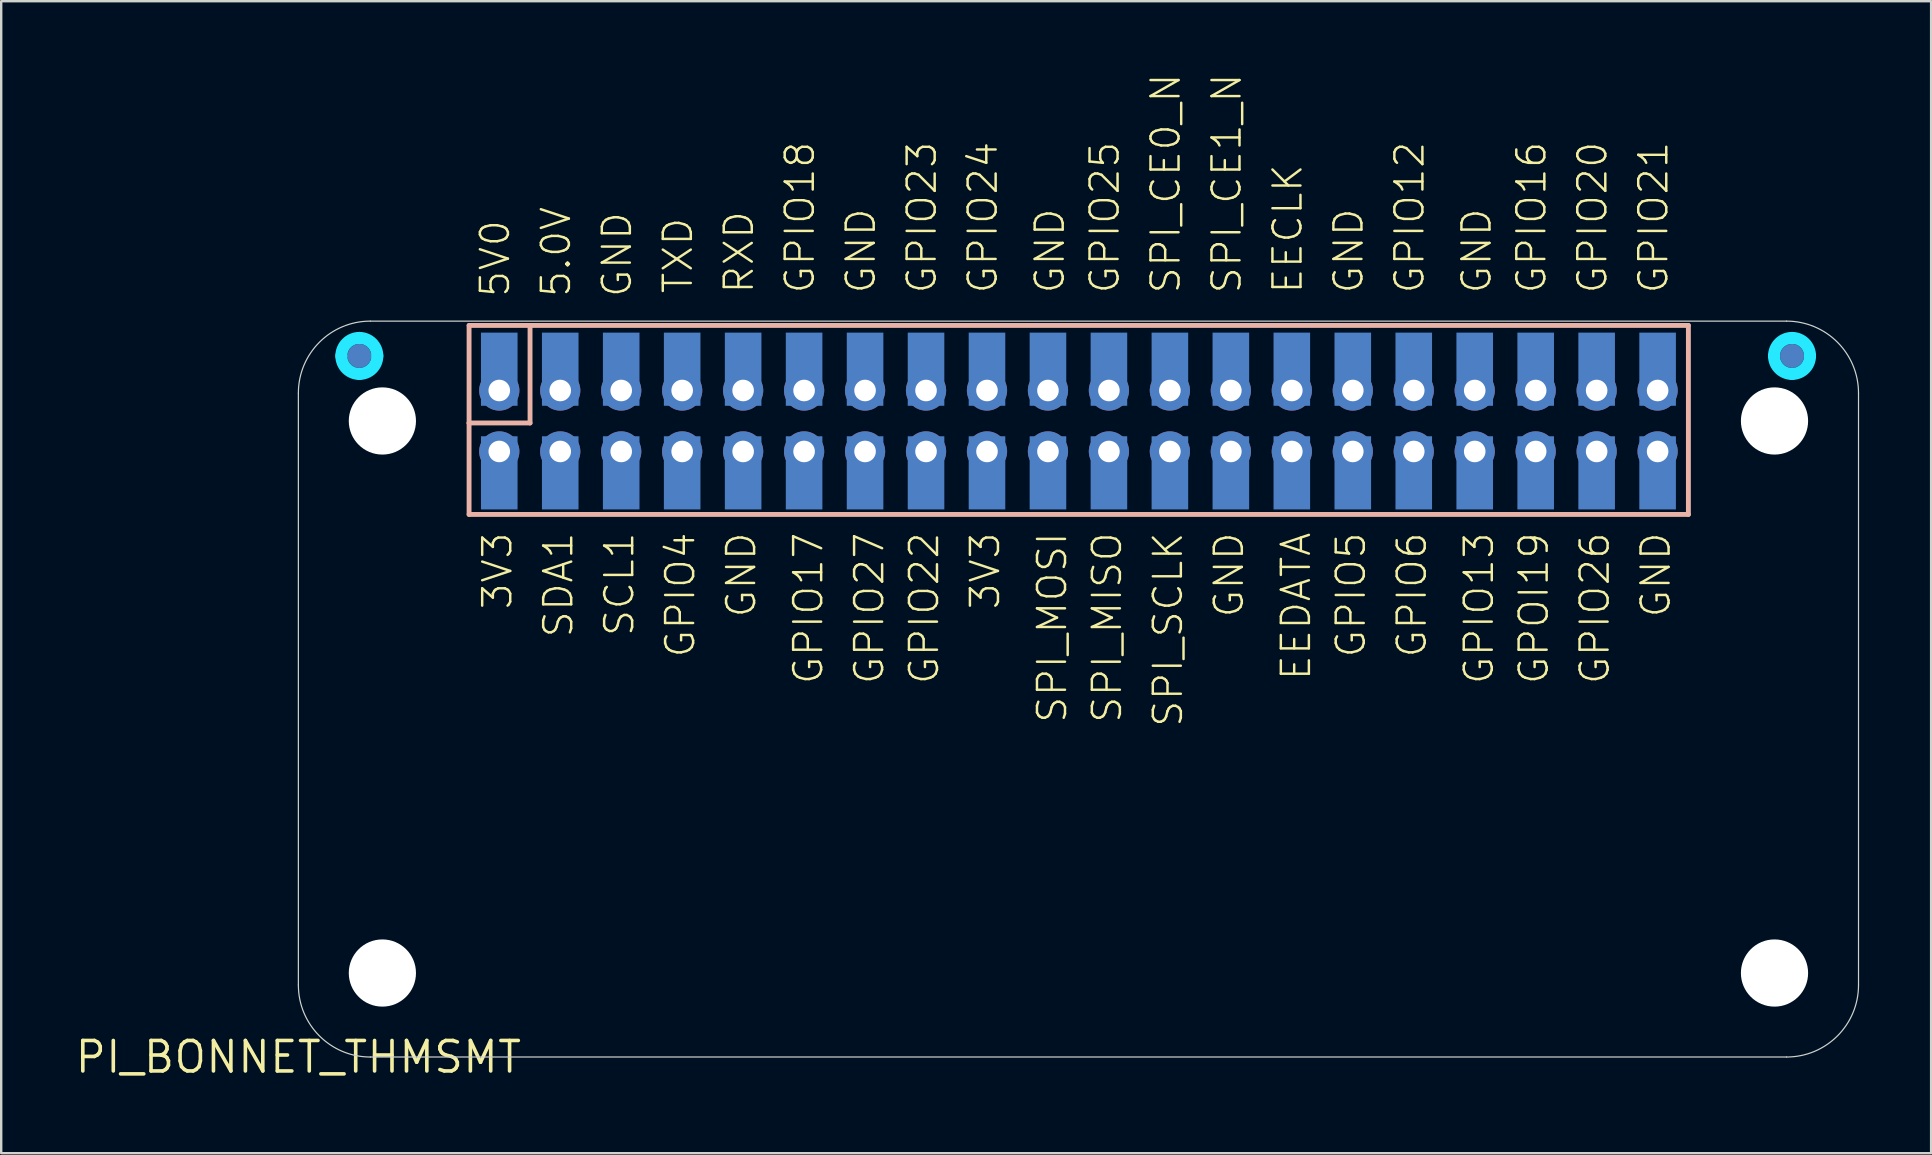
<source format=kicad_pcb>
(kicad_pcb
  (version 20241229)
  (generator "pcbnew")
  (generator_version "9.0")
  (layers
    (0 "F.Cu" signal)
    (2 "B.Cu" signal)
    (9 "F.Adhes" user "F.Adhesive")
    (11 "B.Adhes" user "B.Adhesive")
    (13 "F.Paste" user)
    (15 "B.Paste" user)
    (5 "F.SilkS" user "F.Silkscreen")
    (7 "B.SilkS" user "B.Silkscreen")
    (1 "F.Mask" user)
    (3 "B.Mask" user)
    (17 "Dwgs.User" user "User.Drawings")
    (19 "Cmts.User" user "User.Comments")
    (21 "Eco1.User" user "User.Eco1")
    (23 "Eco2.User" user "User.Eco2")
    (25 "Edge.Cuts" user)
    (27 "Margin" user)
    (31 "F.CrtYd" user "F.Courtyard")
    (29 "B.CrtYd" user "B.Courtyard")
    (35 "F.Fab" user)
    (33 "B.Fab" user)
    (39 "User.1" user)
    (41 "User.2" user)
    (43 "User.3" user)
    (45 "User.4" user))
  (footprint "PI_BONNET_THMSMT"
    (layer "F.Cu")
    (at 9.381 40.989)
    (property "Reference" "PI_BONNET_THMSMT" (at 0 0 0) (layer "F.SilkS") (effects (font (size 1.27 1.27) (thickness 0.15))))
    (fp_arc (start 1.79 -29.21) (mid 2.00967 -29.74033) (end 2.54 -29.96) (stroke (width 0.5) (type solid)) (layer "B.Mask"))
    (fp_arc (start 2.54 -29.96) (mid 3.07033 -29.74033) (end 3.29 -29.21) (stroke (width 0.5) (type solid)) (layer "B.Mask"))
    (fp_arc (start 2.54 -28.46) (mid 2.00967 -28.67967) (end 1.79 -29.21) (stroke (width 0.5) (type solid)) (layer "B.Mask"))
    (fp_arc (start 3.29 -29.21) (mid 3.07033 -28.67967) (end 2.54 -28.46) (stroke (width 0.5) (type solid)) (layer "B.Mask"))
    (fp_arc (start 61.48 -29.21) (mid 61.69967 -29.74033) (end 62.23 -29.96) (stroke (width 0.5) (type solid)) (layer "B.Mask"))
    (fp_arc (start 62.23 -29.96) (mid 62.76033 -29.74033) (end 62.98 -29.21) (stroke (width 0.5) (type solid)) (layer "B.Mask"))
    (fp_arc (start 62.23 -28.46) (mid 61.69967 -28.67967) (end 61.48 -29.21) (stroke (width 0.5) (type solid)) (layer "B.Mask"))
    (fp_arc (start 62.98 -29.21) (mid 62.76033 -28.67967) (end 62.23 -28.46) (stroke (width 0.5) (type solid)) (layer "B.Mask"))
    (fp_line (start 7.112 -30.48) (end 7.112 -26.416) (stroke (width 0.203) (type solid)) (layer "B.SilkS"))
    (fp_line (start 7.112 -26.416) (end 7.112 -22.606) (stroke (width 0.203) (type solid)) (layer "B.SilkS"))
    (fp_line (start 7.112 -26.416) (end 9.652 -26.416) (stroke (width 0.203) (type solid)) (layer "B.SilkS"))
    (fp_line (start 7.112 -22.606) (end 57.912 -22.606) (stroke (width 0.203) (type solid)) (layer "B.SilkS"))
    (fp_line (start 9.652 -30.48) (end 7.112 -30.48) (stroke (width 0.203) (type solid)) (layer "B.SilkS"))
    (fp_line (start 9.652 -26.416) (end 9.652 -30.48) (stroke (width 0.203) (type solid)) (layer "B.SilkS"))
    (fp_line (start 57.912 -30.48) (end 9.652 -30.48) (stroke (width 0.203) (type solid)) (layer "B.SilkS"))
    (fp_line (start 57.912 -22.606) (end 57.912 -30.48) (stroke (width 0.203) (type solid)) (layer "B.SilkS"))
    (fp_poly (pts (xy 7.6 -28.3) (xy 9.1 -28.3) (xy 9.1 -30.2) (xy 7.6 -30.2)) (stroke (width 0) (type default)) (fill yes) (layer "B.Paste"))
    (fp_poly (pts (xy 9.12 -24.75) (xy 7.62 -24.75) (xy 7.62 -22.85) (xy 9.12 -22.85)) (stroke (width 0) (type default)) (fill yes) (layer "B.Paste"))
    (fp_poly (pts (xy 10.14 -28.3) (xy 11.64 -28.3) (xy 11.64 -30.2) (xy 10.14 -30.2)) (stroke (width 0) (type default)) (fill yes) (layer "B.Paste"))
    (fp_poly (pts (xy 11.66 -24.75) (xy 10.16 -24.75) (xy 10.16 -22.85) (xy 11.66 -22.85)) (stroke (width 0) (type default)) (fill yes) (layer "B.Paste"))
    (fp_poly (pts (xy 12.68 -28.3) (xy 14.18 -28.3) (xy 14.18 -30.2) (xy 12.68 -30.2)) (stroke (width 0) (type default)) (fill yes) (layer "B.Paste"))
    (fp_poly (pts (xy 14.2 -24.75) (xy 12.7 -24.75) (xy 12.7 -22.85) (xy 14.2 -22.85)) (stroke (width 0) (type default)) (fill yes) (layer "B.Paste"))
    (fp_poly (pts (xy 15.22 -28.3) (xy 16.72 -28.3) (xy 16.72 -30.2) (xy 15.22 -30.2)) (stroke (width 0) (type default)) (fill yes) (layer "B.Paste"))
    (fp_poly (pts (xy 16.74 -24.75) (xy 15.24 -24.75) (xy 15.24 -22.85) (xy 16.74 -22.85)) (stroke (width 0) (type default)) (fill yes) (layer "B.Paste"))
    (fp_poly (pts (xy 17.76 -28.3) (xy 19.26 -28.3) (xy 19.26 -30.2) (xy 17.76 -30.2)) (stroke (width 0) (type default)) (fill yes) (layer "B.Paste"))
    (fp_poly (pts (xy 19.28 -24.75) (xy 17.78 -24.75) (xy 17.78 -22.85) (xy 19.28 -22.85)) (stroke (width 0) (type default)) (fill yes) (layer "B.Paste"))
    (fp_poly (pts (xy 20.3 -28.3) (xy 21.8 -28.3) (xy 21.8 -30.2) (xy 20.3 -30.2)) (stroke (width 0) (type default)) (fill yes) (layer "B.Paste"))
    (fp_poly (pts (xy 21.82 -24.75) (xy 20.32 -24.75) (xy 20.32 -22.85) (xy 21.82 -22.85)) (stroke (width 0) (type default)) (fill yes) (layer "B.Paste"))
    (fp_poly (pts (xy 22.84 -28.3) (xy 24.34 -28.3) (xy 24.34 -30.2) (xy 22.84 -30.2)) (stroke (width 0) (type default)) (fill yes) (layer "B.Paste"))
    (fp_poly (pts (xy 24.36 -24.75) (xy 22.86 -24.75) (xy 22.86 -22.85) (xy 24.36 -22.85)) (stroke (width 0) (type default)) (fill yes) (layer "B.Paste"))
    (fp_poly (pts (xy 25.38 -28.3) (xy 26.88 -28.3) (xy 26.88 -30.2) (xy 25.38 -30.2)) (stroke (width 0) (type default)) (fill yes) (layer "B.Paste"))
    (fp_poly (pts (xy 26.9 -24.75) (xy 25.4 -24.75) (xy 25.4 -22.85) (xy 26.9 -22.85)) (stroke (width 0) (type default)) (fill yes) (layer "B.Paste"))
    (fp_poly (pts (xy 27.92 -28.3) (xy 29.42 -28.3) (xy 29.42 -30.2) (xy 27.92 -30.2)) (stroke (width 0) (type default)) (fill yes) (layer "B.Paste"))
    (fp_poly (pts (xy 29.44 -24.75) (xy 27.94 -24.75) (xy 27.94 -22.85) (xy 29.44 -22.85)) (stroke (width 0) (type default)) (fill yes) (layer "B.Paste"))
    (fp_poly (pts (xy 30.46 -28.3) (xy 31.96 -28.3) (xy 31.96 -30.2) (xy 30.46 -30.2)) (stroke (width 0) (type default)) (fill yes) (layer "B.Paste"))
    (fp_poly (pts (xy 31.98 -24.75) (xy 30.48 -24.75) (xy 30.48 -22.85) (xy 31.98 -22.85)) (stroke (width 0) (type default)) (fill yes) (layer "B.Paste"))
    (fp_poly (pts (xy 33 -28.3) (xy 34.5 -28.3) (xy 34.5 -30.2) (xy 33 -30.2)) (stroke (width 0) (type default)) (fill yes) (layer "B.Paste"))
    (fp_poly (pts (xy 34.52 -24.75) (xy 33.02 -24.75) (xy 33.02 -22.85) (xy 34.52 -22.85)) (stroke (width 0) (type default)) (fill yes) (layer "B.Paste"))
    (fp_poly (pts (xy 35.54 -28.3) (xy 37.04 -28.3) (xy 37.04 -30.2) (xy 35.54 -30.2)) (stroke (width 0) (type default)) (fill yes) (layer "B.Paste"))
    (fp_poly (pts (xy 37.06 -24.75) (xy 35.56 -24.75) (xy 35.56 -22.85) (xy 37.06 -22.85)) (stroke (width 0) (type default)) (fill yes) (layer "B.Paste"))
    (fp_poly (pts (xy 38.08 -28.3) (xy 39.58 -28.3) (xy 39.58 -30.2) (xy 38.08 -30.2)) (stroke (width 0) (type default)) (fill yes) (layer "B.Paste"))
    (fp_poly (pts (xy 39.6 -24.75) (xy 38.1 -24.75) (xy 38.1 -22.85) (xy 39.6 -22.85)) (stroke (width 0) (type default)) (fill yes) (layer "B.Paste"))
    (fp_poly (pts (xy 40.62 -28.3) (xy 42.12 -28.3) (xy 42.12 -30.2) (xy 40.62 -30.2)) (stroke (width 0) (type default)) (fill yes) (layer "B.Paste"))
    (fp_poly (pts (xy 42.14 -24.75) (xy 40.64 -24.75) (xy 40.64 -22.85) (xy 42.14 -22.85)) (stroke (width 0) (type default)) (fill yes) (layer "B.Paste"))
    (fp_poly (pts (xy 43.16 -28.3) (xy 44.66 -28.3) (xy 44.66 -30.2) (xy 43.16 -30.2)) (stroke (width 0) (type default)) (fill yes) (layer "B.Paste"))
    (fp_poly (pts (xy 44.68 -24.75) (xy 43.18 -24.75) (xy 43.18 -22.85) (xy 44.68 -22.85)) (stroke (width 0) (type default)) (fill yes) (layer "B.Paste"))
    (fp_poly (pts (xy 45.7 -28.3) (xy 47.2 -28.3) (xy 47.2 -30.2) (xy 45.7 -30.2)) (stroke (width 0) (type default)) (fill yes) (layer "B.Paste"))
    (fp_poly (pts (xy 47.22 -24.75) (xy 45.72 -24.75) (xy 45.72 -22.85) (xy 47.22 -22.85)) (stroke (width 0) (type default)) (fill yes) (layer "B.Paste"))
    (fp_poly (pts (xy 48.24 -28.3) (xy 49.74 -28.3) (xy 49.74 -30.2) (xy 48.24 -30.2)) (stroke (width 0) (type default)) (fill yes) (layer "B.Paste"))
    (fp_poly (pts (xy 49.76 -24.75) (xy 48.26 -24.75) (xy 48.26 -22.85) (xy 49.76 -22.85)) (stroke (width 0) (type default)) (fill yes) (layer "B.Paste"))
    (fp_poly (pts (xy 50.78 -28.3) (xy 52.28 -28.3) (xy 52.28 -30.2) (xy 50.78 -30.2)) (stroke (width 0) (type default)) (fill yes) (layer "B.Paste"))
    (fp_poly (pts (xy 52.3 -24.75) (xy 50.8 -24.75) (xy 50.8 -22.85) (xy 52.3 -22.85)) (stroke (width 0) (type default)) (fill yes) (layer "B.Paste"))
    (fp_poly (pts (xy 53.32 -28.3) (xy 54.82 -28.3) (xy 54.82 -30.2) (xy 53.32 -30.2)) (stroke (width 0) (type default)) (fill yes) (layer "B.Paste"))
    (fp_poly (pts (xy 54.84 -24.75) (xy 53.34 -24.75) (xy 53.34 -22.85) (xy 54.84 -22.85)) (stroke (width 0) (type default)) (fill yes) (layer "B.Paste"))
    (fp_poly (pts (xy 55.86 -28.3) (xy 57.36 -28.3) (xy 57.36 -30.2) (xy 55.86 -30.2)) (stroke (width 0) (type default)) (fill yes) (layer "B.Paste"))
    (fp_poly (pts (xy 57.38 -24.75) (xy 55.88 -24.75) (xy 55.88 -22.85) (xy 57.38 -22.85)) (stroke (width 0) (type default)) (fill yes) (layer "B.Paste"))
    (fp_line (start 0 -27.66) (end 0 -3) (stroke (width 0.05) (type solid)) (layer "Edge.Cuts"))
    (fp_line (start 3 0) (end 62 0) (stroke (width 0.05) (type solid)) (layer "Edge.Cuts"))
    (fp_line (start 62 -30.66) (end 3 -30.66) (stroke (width 0.05) (type solid)) (layer "Edge.Cuts"))
    (fp_line (start 65 -3) (end 65 -27.66) (stroke (width 0.05) (type solid)) (layer "Edge.Cuts"))
    (fp_arc (start 0 -27.6604) (mid 0.87868 -29.78172) (end 3 -30.6604) (stroke (width 0.05) (type solid)) (layer "Edge.Cuts"))
    (fp_arc (start 3 0) (mid 0.87868 -0.87868) (end 0 -3) (stroke (width 0.05) (type solid)) (layer "Edge.Cuts"))
    (fp_arc (start 62 -30.6604) (mid 64.12132 -29.78172) (end 65 -27.6604) (stroke (width 0.05) (type solid)) (layer "Edge.Cuts"))
    (fp_arc (start 65 -3) (mid 64.12132 -0.87868) (end 62 0) (stroke (width 0.05) (type solid)) (layer "Edge.Cuts"))
    (fp_arc (start 1.79 -29.21) (mid 2.00967 -29.74033) (end 2.54 -29.96) (stroke (width 0.5) (type solid)) (layer "B.CrtYd"))
    (fp_arc (start 2.54 -29.96) (mid 3.07033 -29.74033) (end 3.29 -29.21) (stroke (width 0.5) (type solid)) (layer "B.CrtYd"))
    (fp_arc (start 2.54 -28.46) (mid 2.00967 -28.67967) (end 1.79 -29.21) (stroke (width 0.5) (type solid)) (layer "B.CrtYd"))
    (fp_arc (start 3.29 -29.21) (mid 3.07033 -28.67967) (end 2.54 -28.46) (stroke (width 0.5) (type solid)) (layer "B.CrtYd"))
    (fp_arc (start 61.48 -29.21) (mid 61.69967 -29.74033) (end 62.23 -29.96) (stroke (width 0.5) (type solid)) (layer "B.CrtYd"))
    (fp_arc (start 62.23 -29.96) (mid 62.76033 -29.74033) (end 62.98 -29.21) (stroke (width 0.5) (type solid)) (layer "B.CrtYd"))
    (fp_arc (start 62.23 -28.46) (mid 61.69967 -28.67967) (end 61.48 -29.21) (stroke (width 0.5) (type solid)) (layer "B.CrtYd"))
    (fp_arc (start 62.98 -29.21) (mid 62.76033 -28.67967) (end 62.23 -28.46) (stroke (width 0.5) (type solid)) (layer "B.CrtYd"))
    (fp_text user "SDA1" (at 10.148 -21.933 90) (layer "F.SilkS") (effects (font (size 1.168 1.168) (thickness 0.102)) (justify right top)))
    (fp_text user "GPIO21" (at 57.138 -31.738 90) (layer "F.SilkS") (effects (font (size 1.168 1.168) (thickness 0.102)) (justify left bottom)))
    (fp_text user "GND" (at 38.088 -21.933 90) (layer "F.SilkS") (effects (font (size 1.168 1.168) (thickness 0.102)) (justify right top)))
    (fp_text user "GPIO25" (at 34.278 -31.738 90) (layer "F.SilkS") (effects (font (size 1.168 1.168) (thickness 0.102)) (justify left bottom)))
    (fp_text user "RXD" (at 19.038 -31.738 90) (layer "F.SilkS") (effects (font (size 1.168 1.168) (thickness 0.102)) (justify left bottom)))
    (fp_text user "GPIO17" (at 20.562 -21.933 90) (layer "F.SilkS") (effects (font (size 1.168 1.168) (thickness 0.102)) (justify right top)))
    (fp_text user "GPIO13" (at 48.502 -21.933 90) (layer "F.SilkS") (effects (font (size 1.168 1.168) (thickness 0.102)) (justify right top)))
    (fp_text user "GPIO24" (at 29.198 -31.738 90) (layer "F.SilkS") (effects (font (size 1.168 1.168) (thickness 0.102)) (justify left bottom)))
    (fp_text user "GND" (at 44.438 -31.738 90) (layer "F.SilkS") (effects (font (size 1.168 1.168) (thickness 0.102)) (justify left bottom)))
    (fp_text user "GND" (at 13.958 -31.585 90) (layer "F.SilkS") (effects (font (size 1.168 1.168) (thickness 0.102)) (justify left bottom)))
    (fp_text user "TXD" (at 16.498 -31.738 90) (layer "F.SilkS") (effects (font (size 1.168 1.168) (thickness 0.102)) (justify left bottom)))
    (fp_text user "SPI_SCLK" (at 35.548 -21.933 90) (layer "F.SilkS") (effects (font (size 1.168 1.168) (thickness 0.102)) (justify right top)))
    (fp_text user "GPIO26" (at 53.328 -21.933 90) (layer "F.SilkS") (effects (font (size 1.168 1.168) (thickness 0.102)) (justify right top)))
    (fp_text user "SPI_CE0_N" (at 36.818 -31.738 90) (layer "F.SilkS") (effects (font (size 1.168 1.168) (thickness 0.102)) (justify left bottom)))
    (fp_text user "5.0V" (at 11.418 -31.585 90) (layer "F.SilkS") (effects (font (size 1.168 1.168) (thickness 0.102)) (justify left bottom)))
    (fp_text user "GPIO16" (at 52.058 -31.738 90) (layer "F.SilkS") (effects (font (size 1.168 1.168) (thickness 0.102)) (justify left bottom)))
    (fp_text user "GPOI19" (at 50.788 -21.933 90) (layer "F.SilkS") (effects (font (size 1.168 1.168) (thickness 0.102)) (justify right top)))
    (fp_text user "GPIO6" (at 45.708 -21.933 90) (layer "F.SilkS") (effects (font (size 1.168 1.168) (thickness 0.102)) (justify right top)))
    (fp_text user "GND" (at 24.118 -31.738 90) (layer "F.SilkS") (effects (font (size 1.168 1.168) (thickness 0.102)) (justify left bottom)))
    (fp_text user "SPI_MISO" (at 33.008 -21.933 90) (layer "F.SilkS") (effects (font (size 1.168 1.168) (thickness 0.102)) (justify right top)))
    (fp_text user "EEDATA" (at 40.882 -21.933 90) (layer "F.SilkS") (effects (font (size 1.168 1.168) (thickness 0.102)) (justify right top)))
    (fp_text user "EECLK" (at 41.898 -31.738 90) (layer "F.SilkS") (effects (font (size 1.168 1.168) (thickness 0.102)) (justify left bottom)))
    (fp_text user "GPIO20" (at 54.598 -31.738 90) (layer "F.SilkS") (effects (font (size 1.168 1.168) (thickness 0.102)) (justify left bottom)))
    (fp_text user "3V3" (at 27.928 -21.933 90) (layer "F.SilkS") (effects (font (size 1.168 1.168) (thickness 0.102)) (justify right top)))
    (fp_text user "GND" (at 49.772 -31.738 90) (layer "F.SilkS") (effects (font (size 1.168 1.168) (thickness 0.102)) (justify left bottom)))
    (fp_text user "GPIO23" (at 26.658 -31.738 90) (layer "F.SilkS") (effects (font (size 1.168 1.168) (thickness 0.102)) (justify left bottom)))
    (fp_text user "GND" (at 31.992 -31.738 90) (layer "F.SilkS") (effects (font (size 1.168 1.168) (thickness 0.102)) (justify left bottom)))
    (fp_text user "GND" (at 17.768 -21.933 90) (layer "F.SilkS") (effects (font (size 1.168 1.168) (thickness 0.102)) (justify right top)))
    (fp_text user "GPIO4" (at 15.228 -21.933 90) (layer "F.SilkS") (effects (font (size 1.168 1.168) (thickness 0.102)) (justify right top)))
    (fp_text user "SPI_MOSI" (at 30.722 -21.933 90) (layer "F.SilkS") (effects (font (size 1.168 1.168) (thickness 0.102)) (justify right top)))
    (fp_text user "3V3" (at 7.608 -21.933 90) (layer "F.SilkS") (effects (font (size 1.168 1.168) (thickness 0.102)) (justify right top)))
    (fp_text user "GPIO5" (at 43.168 -21.933 90) (layer "F.SilkS") (effects (font (size 1.168 1.168) (thickness 0.102)) (justify right top)))
    (fp_text user "GPIO12" (at 46.978 -31.738 90) (layer "F.SilkS") (effects (font (size 1.168 1.168) (thickness 0.102)) (justify left bottom)))
    (fp_text user "GPIO27" (at 23.102 -21.933 90) (layer "F.SilkS") (effects (font (size 1.168 1.168) (thickness 0.102)) (justify right top)))
    (fp_text user "GPIO18" (at 21.578 -31.738 90) (layer "F.SilkS") (effects (font (size 1.168 1.168) (thickness 0.102)) (justify left bottom)))
    (fp_text user "SPI_CE1_N" (at 39.358 -31.738 90) (layer "F.SilkS") (effects (font (size 1.168 1.168) (thickness 0.102)) (justify left bottom)))
    (fp_text user "GPIO22" (at 25.388 -21.933 90) (layer "F.SilkS") (effects (font (size 1.168 1.168) (thickness 0.102)) (justify right top)))
    (fp_text user "5V0" (at 8.878 -31.585 90) (layer "F.SilkS") (effects (font (size 1.168 1.168) (thickness 0.102)) (justify left bottom)))
    (fp_text user "GND" (at 55.868 -21.933 90) (layer "F.SilkS") (effects (font (size 1.168 1.168) (thickness 0.102)) (justify right top)))
    (fp_text user "SCL1" (at 12.688 -21.933 90) (layer "F.SilkS") (effects (font (size 1.168 1.168) (thickness 0.102)) (justify right top)))
    (pad "" np_thru_hole circle (at 3.5 -26.5) (size 2.8 2.8) (drill 2.8) (layers "*.Cu" "*.Mask"))
    (pad "" np_thru_hole circle (at 3.5 -3.5) (size 2.8 2.8) (drill 2.8) (layers "*.Cu" "*.Mask"))
    (pad "" np_thru_hole circle (at 61.5 -26.5) (size 2.8 2.8) (drill 2.8) (layers "*.Cu" "*.Mask"))
    (pad "" np_thru_hole circle (at 61.5 -3.5) (size 2.8 2.8) (drill 2.8) (layers "*.Cu" "*.Mask"))
    (pad "1" thru_hole circle (at 8.37 -25.23) (size 1.676 1.676) (drill 0.9) (layers "*.Cu" "*.Mask"))
    (pad "2" thru_hole circle (at 8.37 -27.77) (size 1.676 1.676) (drill 0.9) (layers "*.Cu" "*.Mask"))
    (pad "3" thru_hole circle (at 10.91 -25.23) (size 1.676 1.676) (drill 0.9) (layers "*.Cu" "*.Mask"))
    (pad "4" thru_hole circle (at 10.91 -27.77) (size 1.676 1.676) (drill 0.9) (layers "*.Cu" "*.Mask"))
    (pad "5" thru_hole circle (at 13.45 -25.23) (size 1.676 1.676) (drill 0.9) (layers "*.Cu" "*.Mask"))
    (pad "6" thru_hole circle (at 13.45 -27.77) (size 1.676 1.676) (drill 0.9) (layers "*.Cu" "*.Mask"))
    (pad "7" thru_hole circle (at 15.99 -25.23) (size 1.676 1.676) (drill 0.9) (layers "*.Cu" "*.Mask"))
    (pad "8" thru_hole circle (at 15.99 -27.77) (size 1.676 1.676) (drill 0.9) (layers "*.Cu" "*.Mask"))
    (pad "9" thru_hole circle (at 18.53 -25.23) (size 1.676 1.676) (drill 0.9) (layers "*.Cu" "*.Mask"))
    (pad "10" thru_hole circle (at 18.53 -27.77) (size 1.676 1.676) (drill 0.9) (layers "*.Cu" "*.Mask"))
    (pad "11" thru_hole circle (at 21.07 -25.23) (size 1.676 1.676) (drill 0.9) (layers "*.Cu" "*.Mask"))
    (pad "12" thru_hole circle (at 21.07 -27.77) (size 1.676 1.676) (drill 0.9) (layers "*.Cu" "*.Mask"))
    (pad "13" thru_hole circle (at 23.61 -25.23) (size 1.676 1.676) (drill 0.9) (layers "*.Cu" "*.Mask"))
    (pad "14" thru_hole circle (at 23.61 -27.77) (size 1.676 1.676) (drill 0.9) (layers "*.Cu" "*.Mask"))
    (pad "15" thru_hole circle (at 26.15 -25.23) (size 1.676 1.676) (drill 0.9) (layers "*.Cu" "*.Mask"))
    (pad "16" thru_hole circle (at 26.15 -27.77) (size 1.676 1.676) (drill 0.9) (layers "*.Cu" "*.Mask"))
    (pad "17" thru_hole circle (at 28.69 -25.23) (size 1.676 1.676) (drill 0.9) (layers "*.Cu" "*.Mask"))
    (pad "18" thru_hole circle (at 28.69 -27.77) (size 1.676 1.676) (drill 0.9) (layers "*.Cu" "*.Mask"))
    (pad "19" thru_hole circle (at 31.23 -25.23) (size 1.676 1.676) (drill 0.9) (layers "*.Cu" "*.Mask"))
    (pad "20" thru_hole circle (at 31.23 -27.77) (size 1.676 1.676) (drill 0.9) (layers "*.Cu" "*.Mask"))
    (pad "21" thru_hole circle (at 33.77 -25.23) (size 1.676 1.676) (drill 0.9) (layers "*.Cu" "*.Mask"))
    (pad "22" thru_hole circle (at 33.77 -27.77) (size 1.676 1.676) (drill 0.9) (layers "*.Cu" "*.Mask"))
    (pad "23" thru_hole circle (at 36.31 -25.23) (size 1.676 1.676) (drill 0.9) (layers "*.Cu" "*.Mask"))
    (pad "24" thru_hole circle (at 36.31 -27.77) (size 1.676 1.676) (drill 0.9) (layers "*.Cu" "*.Mask"))
    (pad "25" thru_hole circle (at 38.85 -25.23) (size 1.676 1.676) (drill 0.9) (layers "*.Cu" "*.Mask"))
    (pad "26" thru_hole circle (at 38.85 -27.77) (size 1.676 1.676) (drill 0.9) (layers "*.Cu" "*.Mask"))
    (pad "27" thru_hole circle (at 41.39 -25.23) (size 1.676 1.676) (drill 0.9) (layers "*.Cu" "*.Mask"))
    (pad "28" thru_hole circle (at 41.39 -27.77) (size 1.676 1.676) (drill 0.9) (layers "*.Cu" "*.Mask"))
    (pad "29" thru_hole circle (at 43.93 -25.23) (size 1.676 1.676) (drill 0.9) (layers "*.Cu" "*.Mask"))
    (pad "30" thru_hole circle (at 43.93 -27.77) (size 1.676 1.676) (drill 0.9) (layers "*.Cu" "*.Mask"))
    (pad "31" thru_hole circle (at 46.47 -25.23) (size 1.676 1.676) (drill 0.9) (layers "*.Cu" "*.Mask"))
    (pad "32" thru_hole circle (at 46.47 -27.77) (size 1.676 1.676) (drill 0.9) (layers "*.Cu" "*.Mask"))
    (pad "33" thru_hole circle (at 49.01 -25.23) (size 1.676 1.676) (drill 0.9) (layers "*.Cu" "*.Mask"))
    (pad "34" thru_hole circle (at 49.01 -27.77) (size 1.676 1.676) (drill 0.9) (layers "*.Cu" "*.Mask"))
    (pad "35" thru_hole circle (at 51.55 -25.23) (size 1.676 1.676) (drill 0.9) (layers "*.Cu" "*.Mask"))
    (pad "36" thru_hole circle (at 51.55 -27.77) (size 1.676 1.676) (drill 0.9) (layers "*.Cu" "*.Mask"))
    (pad "37" thru_hole circle (at 54.09 -25.23) (size 1.676 1.676) (drill 0.9) (layers "*.Cu" "*.Mask"))
    (pad "38" thru_hole circle (at 54.09 -27.77) (size 1.676 1.676) (drill 0.9) (layers "*.Cu" "*.Mask"))
    (pad "39" thru_hole circle (at 56.63 -25.23) (size 1.676 1.676) (drill 0.9) (layers "*.Cu" "*.Mask"))
    (pad "40" thru_hole circle (at 56.63 -27.77) (size 1.676 1.676) (drill 0.9) (layers "*.Cu" "*.Mask"))
    (pad "41" smd roundrect (at 2.54 -29.21 180) (size 1 1) (layers "B.Cu" "B.Mask") (roundrect_rratio 0.5))
    (pad "42" smd roundrect (at 62.23 -29.21 180) (size 1 1) (layers "B.Cu" "B.Mask") (roundrect_rratio 0.5))
    (pad "S1" smd rect (at 8.37 -24.339 270) (size 3.048 1.524) (layers "B.Cu" "B.Mask"))
    (pad "S2" smd rect (at 8.37 -28.657 270) (size 3.048 1.524) (layers "B.Cu" "B.Mask"))
    (pad "S3" smd rect (at 10.91 -24.339 90) (size 3.048 1.524) (layers "B.Cu" "B.Mask"))
    (pad "S4" smd rect (at 10.91 -28.657 270) (size 3.048 1.524) (layers "B.Cu" "B.Mask"))
    (pad "S5" smd rect (at 13.45 -24.339 90) (size 3.048 1.524) (layers "B.Cu" "B.Mask"))
    (pad "S6" smd rect (at 13.45 -28.657 270) (size 3.048 1.524) (layers "B.Cu" "B.Mask"))
    (pad "S7" smd rect (at 15.99 -24.339 90) (size 3.048 1.524) (layers "B.Cu" "B.Mask"))
    (pad "S8" smd rect (at 15.99 -28.657 270) (size 3.048 1.524) (layers "B.Cu" "B.Mask"))
    (pad "S9" smd rect (at 18.53 -24.339 90) (size 3.048 1.524) (layers "B.Cu" "B.Mask"))
    (pad "S10" smd rect (at 18.53 -28.657 270) (size 3.048 1.524) (layers "B.Cu" "B.Mask"))
    (pad "S11" smd rect (at 21.07 -24.339 90) (size 3.048 1.524) (layers "B.Cu" "B.Mask"))
    (pad "S12" smd rect (at 21.07 -28.657 270) (size 3.048 1.524) (layers "B.Cu" "B.Mask"))
    (pad "S13" smd rect (at 23.61 -24.339 90) (size 3.048 1.524) (layers "B.Cu" "B.Mask"))
    (pad "S14" smd rect (at 23.61 -28.657 270) (size 3.048 1.524) (layers "B.Cu" "B.Mask"))
    (pad "S15" smd rect (at 26.15 -24.339 90) (size 3.048 1.524) (layers "B.Cu" "B.Mask"))
    (pad "S16" smd rect (at 26.15 -28.657 270) (size 3.048 1.524) (layers "B.Cu" "B.Mask"))
    (pad "S17" smd rect (at 28.69 -24.339 90) (size 3.048 1.524) (layers "B.Cu" "B.Mask"))
    (pad "S18" smd rect (at 28.69 -28.657 270) (size 3.048 1.524) (layers "B.Cu" "B.Mask"))
    (pad "S19" smd rect (at 31.23 -24.339 90) (size 3.048 1.524) (layers "B.Cu" "B.Mask"))
    (pad "S20" smd rect (at 31.23 -28.657 270) (size 3.048 1.524) (layers "B.Cu" "B.Mask"))
    (pad "S21" smd rect (at 33.77 -24.339 90) (size 3.048 1.524) (layers "B.Cu" "B.Mask"))
    (pad "S22" smd rect (at 33.77 -28.657 270) (size 3.048 1.524) (layers "B.Cu" "B.Mask"))
    (pad "S23" smd rect (at 36.31 -24.339 90) (size 3.048 1.524) (layers "B.Cu" "B.Mask"))
    (pad "S24" smd rect (at 36.31 -28.657 270) (size 3.048 1.524) (layers "B.Cu" "B.Mask"))
    (pad "S25" smd rect (at 38.85 -24.339 90) (size 3.048 1.524) (layers "B.Cu" "B.Mask"))
    (pad "S26" smd rect (at 38.85 -28.657 270) (size 3.048 1.524) (layers "B.Cu" "B.Mask"))
    (pad "S27" smd rect (at 41.39 -24.339 90) (size 3.048 1.524) (layers "B.Cu" "B.Mask"))
    (pad "S28" smd rect (at 41.39 -28.657 270) (size 3.048 1.524) (layers "B.Cu" "B.Mask"))
    (pad "S29" smd rect (at 43.93 -24.339 90) (size 3.048 1.524) (layers "B.Cu" "B.Mask"))
    (pad "S30" smd rect (at 43.93 -28.657 270) (size 3.048 1.524) (layers "B.Cu" "B.Mask"))
    (pad "S31" smd rect (at 46.47 -24.339 90) (size 3.048 1.524) (layers "B.Cu" "B.Mask"))
    (pad "S32" smd rect (at 46.47 -28.657 270) (size 3.048 1.524) (layers "B.Cu" "B.Mask"))
    (pad "S33" smd rect (at 49.01 -24.339 90) (size 3.048 1.524) (layers "B.Cu" "B.Mask"))
    (pad "S34" smd rect (at 49.01 -28.657 270) (size 3.048 1.524) (layers "B.Cu" "B.Mask"))
    (pad "S35" smd rect (at 51.55 -24.339 90) (size 3.048 1.524) (layers "B.Cu" "B.Mask"))
    (pad "S36" smd rect (at 51.55 -28.657 270) (size 3.048 1.524) (layers "B.Cu" "B.Mask"))
    (pad "S37" smd rect (at 54.09 -24.339 90) (size 3.048 1.524) (layers "B.Cu" "B.Mask"))
    (pad "S38" smd rect (at 54.09 -28.657 270) (size 3.048 1.524) (layers "B.Cu" "B.Mask"))
    (pad "S39" smd rect (at 56.63 -24.339 90) (size 3.048 1.524) (layers "B.Cu" "B.Mask"))
    (pad "S40" smd rect (at 56.63 -28.657 270) (size 3.048 1.524) (layers "B.Cu" "B.Mask")))
  (gr_rect
    (start -3 -3)
    (end 77.406 44.995)
    (stroke (width 0.1) (type default))
    (fill no)
    (layer "Edge.Cuts")))
</source>
